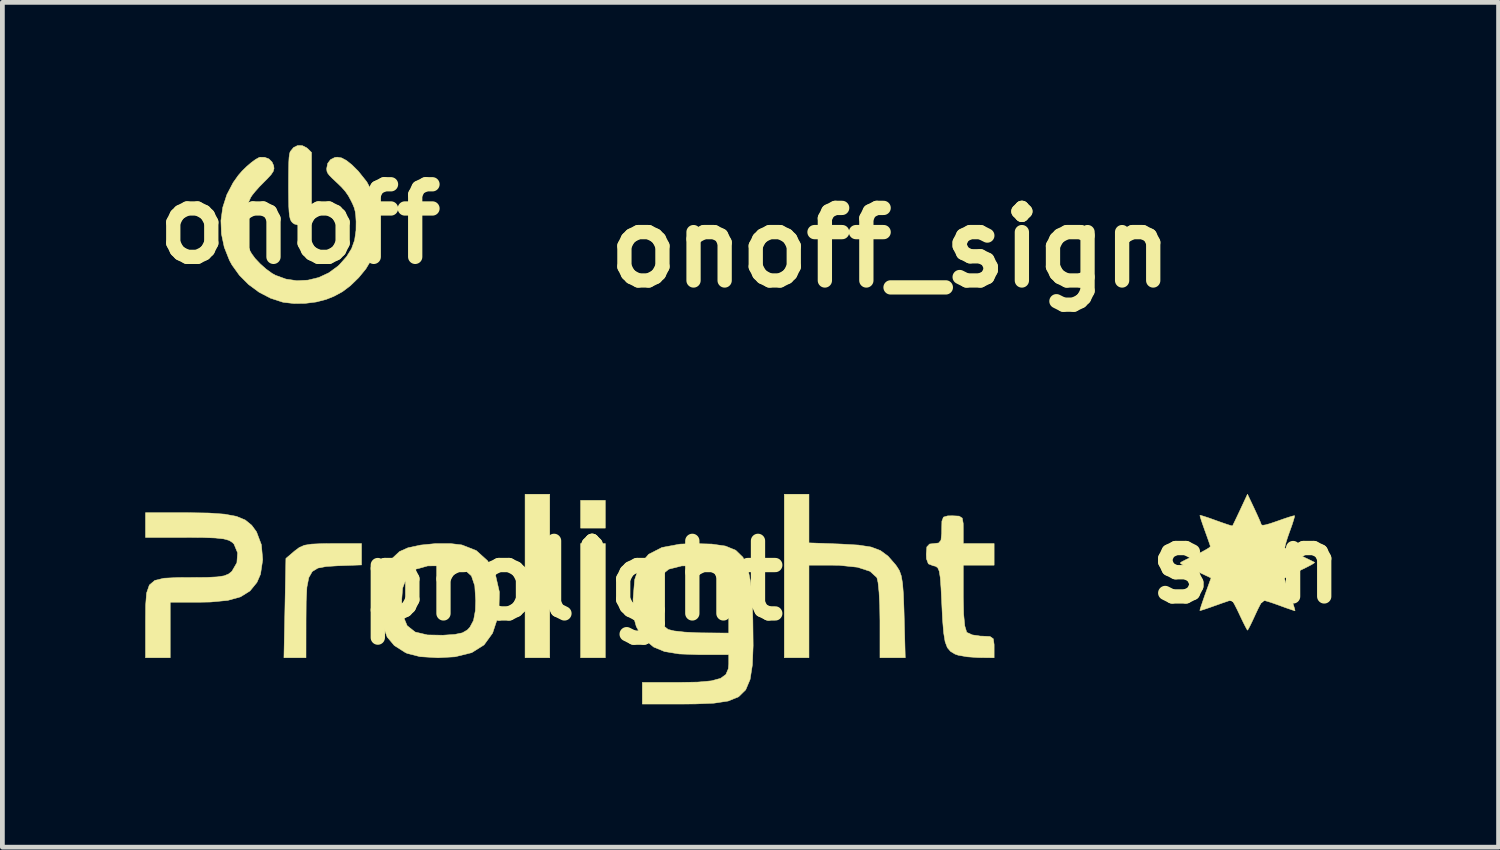
<source format=kicad_pcb>
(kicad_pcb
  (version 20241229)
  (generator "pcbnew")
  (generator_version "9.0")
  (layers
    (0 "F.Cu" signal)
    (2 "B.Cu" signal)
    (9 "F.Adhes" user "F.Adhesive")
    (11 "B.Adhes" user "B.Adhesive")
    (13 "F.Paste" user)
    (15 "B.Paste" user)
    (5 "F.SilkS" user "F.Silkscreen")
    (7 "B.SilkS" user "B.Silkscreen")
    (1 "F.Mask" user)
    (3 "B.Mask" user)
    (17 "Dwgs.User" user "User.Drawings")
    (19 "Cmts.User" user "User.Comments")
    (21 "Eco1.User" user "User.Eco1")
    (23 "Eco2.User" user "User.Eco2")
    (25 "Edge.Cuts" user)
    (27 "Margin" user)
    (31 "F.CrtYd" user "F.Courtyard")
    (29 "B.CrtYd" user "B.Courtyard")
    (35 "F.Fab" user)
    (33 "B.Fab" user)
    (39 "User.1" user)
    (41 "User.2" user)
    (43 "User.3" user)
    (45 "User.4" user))
  (footprint "onoff_sign"
    (layer "F.Cu")
    (at 15.649 2.15)
    (property "Reference" "onoff_sign" (at 0 0 0) (layer "F.SilkS") (effects (font (size 1.524 1.524) (thickness 0.3))))
    (attr through_hole)
    (fp_poly (pts (xy 0.15 -2.124) (xy 0.253 -2.064) (xy 0.316 -1.97) (xy 0.325 -1.943) (xy 0.329 -1.899) (xy 0.332 -1.806) (xy 0.334 -1.671) (xy 0.335 -1.503) (xy 0.335 -1.309) (xy 0.334 -1.095) (xy 0.333 -1.01) (xy 0.325 -0.142) (xy 0.25 -0.068) (xy 0.161 -0.012) (xy 0.046 0.019) (xy -0.07 0.019) (xy -0.127 0.003) (xy -0.188 -0.036) (xy -0.24 -0.084) (xy -0.256 -0.105) (xy -0.269 -0.131) (xy -0.279 -0.168) (xy -0.286 -0.225) (xy -0.292 -0.305) (xy -0.296 -0.417) (xy -0.299 -0.566) (xy -0.302 -0.758) (xy -0.305 -1) (xy -0.305 -1.012) (xy -0.306 -1.23) (xy -0.307 -1.433) (xy -0.306 -1.612) (xy -0.304 -1.759) (xy -0.302 -1.869) (xy -0.298 -1.932) (xy -0.296 -1.943) (xy -0.244 -2.044) (xy -0.15 -2.113) (xy -0.022 -2.144) (xy 0.014 -2.145) (xy 0.15 -2.124)) (stroke (width 0.01) (type solid)) (fill yes) (layer "F.Mask"))
    (fp_poly (pts (xy 1.181 -1.809) (xy 1.273 -1.757) (xy 1.523 -1.551) (xy 1.743 -1.302) (xy 1.926 -1.019) (xy 2.068 -0.711) (xy 2.089 -0.649) (xy 2.127 -0.498) (xy 2.153 -0.308) (xy 2.168 -0.097) (xy 2.171 0.118) (xy 2.161 0.321) (xy 2.138 0.494) (xy 2.133 0.515) (xy 2.071 0.723) (xy 1.979 0.946) (xy 1.868 1.158) (xy 1.801 1.264) (xy 1.618 1.487) (xy 1.394 1.694) (xy 1.14 1.874) (xy 0.873 2.017) (xy 0.72 2.078) (xy 0.623 2.109) (xy 0.536 2.131) (xy 0.444 2.146) (xy 0.333 2.155) (xy 0.189 2.161) (xy 0.071 2.164) (xy -0.11 2.167) (xy -0.247 2.164) (xy -0.357 2.157) (xy -0.452 2.143) (xy -0.547 2.121) (xy -0.562 2.117) (xy -0.885 2.001) (xy -1.182 1.839) (xy -1.448 1.633) (xy -1.679 1.389) (xy -1.869 1.112) (xy -2.015 0.805) (xy -2.092 0.563) (xy -2.117 0.457) (xy -2.133 0.359) (xy -2.141 0.256) (xy -2.143 0.131) (xy -2.139 -0.031) (xy -2.137 -0.069) (xy -2.125 -0.294) (xy -2.101 -0.48) (xy -2.063 -0.643) (xy -2.007 -0.799) (xy -1.927 -0.964) (xy -1.9 -1.015) (xy -1.782 -1.208) (xy -1.648 -1.387) (xy -1.504 -1.545) (xy -1.359 -1.676) (xy -1.219 -1.773) (xy -1.091 -1.83) (xy -1.012 -1.842) (xy -0.878 -1.823) (xy -0.78 -1.763) (xy -0.718 -1.672) (xy -0.684 -1.549) (xy -0.702 -1.434) (xy -0.775 -1.321) (xy -0.842 -1.256) (xy -1.029 -1.084) (xy -1.174 -0.923) (xy -1.288 -0.76) (xy -1.357 -0.635) (xy -1.459 -0.367) (xy -1.507 -0.092) (xy -1.502 0.182) (xy -1.445 0.451) (xy -1.338 0.708) (xy -1.18 0.947) (xy -1.058 1.084) (xy -0.833 1.272) (xy -0.587 1.41) (xy -0.328 1.498) (xy -0.06 1.537) (xy 0.209 1.526) (xy 0.473 1.465) (xy 0.727 1.355) (xy 0.964 1.195) (xy 1.085 1.085) (xy 1.272 0.861) (xy 1.41 0.615) (xy 1.499 0.353) (xy 1.537 0.081) (xy 1.523 -0.193) (xy 1.457 -0.465) (xy 1.385 -0.635) (xy 1.287 -0.806) (xy 1.164 -0.968) (xy 1.007 -1.132) (xy 0.87 -1.256) (xy 0.765 -1.369) (xy 0.716 -1.482) (xy 0.72 -1.6) (xy 0.747 -1.672) (xy 0.822 -1.774) (xy 0.925 -1.831) (xy 1.048 -1.843) (xy 1.181 -1.809)) (stroke (width 0.01) (type solid)) (fill yes) (layer "F.Mask")))
  (footprint "sun"
    (layer "F.Cu")
    (at 23.122 8.784)
    (property "Reference" "sun" (at 0 0 0) (layer "F.SilkS") (effects (font (size 1.524 1.524) (thickness 0.3))))
    (attr through_hole)
    (fp_poly (pts (xy 0.164 -1.157) (xy 0.216 -1.044) (xy 0.26 -0.947) (xy 0.291 -0.875) (xy 0.305 -0.839) (xy 0.305 -0.837) (xy 0.314 -0.813) (xy 0.345 -0.805) (xy 0.404 -0.814) (xy 0.497 -0.84) (xy 0.629 -0.885) (xy 0.677 -0.902) (xy 0.796 -0.944) (xy 0.897 -0.977) (xy 0.971 -0.999) (xy 1.009 -1.006) (xy 1.011 -1.006) (xy 1.008 -0.978) (xy 0.989 -0.912) (xy 0.959 -0.817) (xy 0.918 -0.702) (xy 0.906 -0.669) (xy 0.864 -0.55) (xy 0.832 -0.447) (xy 0.812 -0.372) (xy 0.806 -0.332) (xy 0.807 -0.329) (xy 0.836 -0.312) (xy 0.902 -0.279) (xy 0.996 -0.234) (xy 1.107 -0.182) (xy 1.119 -0.177) (xy 1.231 -0.124) (xy 1.327 -0.078) (xy 1.396 -0.044) (xy 1.43 -0.026) (xy 1.431 -0.025) (xy 1.417 -0.009) (xy 1.364 0.024) (xy 1.28 0.068) (xy 1.172 0.121) (xy 1.131 0.141) (xy 1.014 0.196) (xy 0.915 0.244) (xy 0.842 0.281) (xy 0.804 0.303) (xy 0.801 0.306) (xy 0.805 0.334) (xy 0.825 0.401) (xy 0.857 0.497) (xy 0.898 0.614) (xy 0.914 0.657) (xy 0.956 0.777) (xy 0.99 0.878) (xy 1.012 0.951) (xy 1.02 0.989) (xy 1.018 0.992) (xy 0.989 0.983) (xy 0.922 0.96) (xy 0.825 0.927) (xy 0.71 0.885) (xy 0.686 0.876) (xy 0.568 0.834) (xy 0.465 0.8) (xy 0.389 0.778) (xy 0.348 0.771) (xy 0.345 0.771) (xy 0.325 0.797) (xy 0.289 0.861) (xy 0.242 0.953) (xy 0.189 1.065) (xy 0.178 1.09) (xy 0.125 1.204) (xy 0.079 1.299) (xy 0.044 1.366) (xy 0.025 1.397) (xy 0.023 1.398) (xy 0.007 1.377) (xy -0.025 1.317) (xy -0.07 1.228) (xy -0.123 1.117) (xy -0.14 1.081) (xy -0.195 0.965) (xy -0.244 0.869) (xy -0.282 0.799) (xy -0.305 0.765) (xy -0.308 0.763) (xy -0.339 0.771) (xy -0.407 0.794) (xy -0.504 0.827) (xy -0.621 0.869) (xy -0.65 0.879) (xy -0.768 0.921) (xy -0.868 0.955) (xy -0.94 0.978) (xy -0.976 0.987) (xy -0.978 0.987) (xy -0.973 0.962) (xy -0.953 0.897) (xy -0.921 0.802) (xy -0.881 0.686) (xy -0.865 0.64) (xy -0.743 0.302) (xy -1.013 0.174) (xy -1.126 0.121) (xy -1.228 0.074) (xy -1.306 0.039) (xy -1.345 0.022) (xy -1.384 -0.002) (xy -1.383 -0.023) (xy -1.353 -0.041) (xy -1.285 -0.076) (xy -1.19 -0.123) (xy -1.078 -0.177) (xy -1.055 -0.187) (xy -0.934 -0.246) (xy -0.84 -0.298) (xy -0.778 -0.337) (xy -0.757 -0.361) (xy -0.757 -0.362) (xy -0.768 -0.397) (xy -0.793 -0.47) (xy -0.828 -0.569) (xy -0.87 -0.686) (xy -0.875 -0.699) (xy -0.916 -0.815) (xy -0.949 -0.912) (xy -0.97 -0.981) (xy -0.977 -1.013) (xy -0.977 -1.014) (xy -0.951 -1.01) (xy -0.886 -0.99) (xy -0.791 -0.959) (xy -0.676 -0.918) (xy -0.635 -0.903) (xy -0.514 -0.86) (xy -0.412 -0.825) (xy -0.336 -0.801) (xy -0.297 -0.791) (xy -0.293 -0.792) (xy -0.28 -0.817) (xy -0.249 -0.88) (xy -0.205 -0.972) (xy -0.152 -1.084) (xy -0.131 -1.129) (xy 0.022 -1.457) (xy 0.164 -1.157)) (stroke (width 0.01) (type solid)) (fill yes) (layer "F.SilkS")))
  (footprint "prolight"
    (layer "F.Cu")
    (at 8.947 9.141)
    (property "Reference" "prolight" (at 0 0 0) (layer "F.SilkS") (effects (font (size 1.524 1.524) (thickness 0.3))))
    (attr through_hole)
    (fp_poly (pts (xy -0.454 1.62) (xy -0.972 1.62) (xy -0.972 -1.814) (xy -0.454 -1.814) (xy -0.454 1.62)) (stroke (width 0.01) (type solid)) (fill yes) (layer "F.SilkS"))
    (fp_poly (pts (xy 0.713 -1.102) (xy 0.194 -1.102) (xy 0.194 -1.685) (xy 0.713 -1.685) (xy 0.713 -1.102)) (stroke (width 0.01) (type solid)) (fill yes) (layer "F.SilkS"))
    (fp_poly (pts (xy 0.713 1.62) (xy 0.194 1.62) (xy 0.194 -0.778) (xy 0.713 -0.778) (xy 0.713 1.62)) (stroke (width 0.01) (type solid)) (fill yes) (layer "F.SilkS"))
    (fp_poly (pts (xy -4.406 -0.329) (xy -4.907 -0.311) (xy -5.147 -0.296) (xy -5.322 -0.263) (xy -5.44 -0.191) (xy -5.513 -0.063) (xy -5.553 0.14) (xy -5.568 0.436) (xy -5.571 0.826) (xy -5.572 1.62) (xy -6.035 1.62) (xy -6.014 0.577) (xy -5.994 -0.465) (xy -5.812 -0.621) (xy -5.713 -0.695) (xy -5.606 -0.742) (xy -5.458 -0.766) (xy -5.236 -0.776) (xy -5.018 -0.778) (xy -4.406 -0.778) (xy -4.406 -0.329)) (stroke (width 0.01) (type solid)) (fill yes) (layer "F.SilkS"))
    (fp_poly (pts (xy 4.989 -0.792) (xy 5.667 -0.767) (xy 6.03 -0.746) (xy 6.294 -0.705) (xy 6.49 -0.631) (xy 6.649 -0.514) (xy 6.802 -0.339) (xy 6.832 -0.299) (xy 6.888 -0.21) (xy 6.927 -0.099) (xy 6.954 0.057) (xy 6.972 0.284) (xy 6.984 0.607) (xy 6.988 0.75) (xy 7.011 1.62) (xy 6.48 1.62) (xy 6.48 0.838) (xy 6.475 0.523) (xy 6.461 0.247) (xy 6.44 0.042) (xy 6.416 -0.062) (xy 6.272 -0.195) (xy 6.008 -0.281) (xy 5.625 -0.321) (xy 5.466 -0.324) (xy 4.989 -0.324) (xy 4.989 1.62) (xy 4.471 1.62) (xy 4.471 -1.814) (xy 4.989 -1.814) (xy 4.989 -0.792)) (stroke (width 0.01) (type solid)) (fill yes) (layer "F.SilkS"))
    (fp_poly (pts (xy -7.618 -1.419) (xy -7.28 -1.395) (xy -7.03 -1.348) (xy -6.847 -1.272) (xy -6.712 -1.162) (xy -6.611 -1.024) (xy -6.509 -0.754) (xy -6.481 -0.439) (xy -6.527 -0.134) (xy -6.602 0.038) (xy -6.748 0.217) (xy -6.946 0.341) (xy -7.216 0.416) (xy -7.581 0.45) (xy -7.802 0.454) (xy -8.423 0.454) (xy -8.423 1.62) (xy -8.942 1.62) (xy -8.942 0.885) (xy -8.939 0.518) (xy -8.919 0.261) (xy -8.861 0.093) (xy -8.746 -0.004) (xy -8.554 -0.05) (xy -8.267 -0.064) (xy -7.981 -0.065) (xy -7.657 -0.067) (xy -7.437 -0.078) (xy -7.292 -0.1) (xy -7.198 -0.138) (xy -7.128 -0.194) (xy -7.023 -0.375) (xy -7.008 -0.583) (xy -7.083 -0.765) (xy -7.116 -0.8) (xy -7.188 -0.845) (xy -7.3 -0.876) (xy -7.475 -0.895) (xy -7.735 -0.905) (xy -8.088 -0.907) (xy -8.942 -0.907) (xy -8.942 -1.426) (xy -8.065 -1.426) (xy -7.618 -1.419)) (stroke (width 0.01) (type solid)) (fill yes) (layer "F.SilkS"))
    (fp_poly (pts (xy 8.142 -1.354) (xy 8.208 -1.312) (xy 8.228 -1.199) (xy 8.229 -1.069) (xy 8.229 -0.778) (xy 8.877 -0.778) (xy 8.877 -0.324) (xy 8.229 -0.324) (xy 8.229 0.343) (xy 8.237 0.704) (xy 8.261 0.952) (xy 8.3 1.081) (xy 8.307 1.089) (xy 8.419 1.14) (xy 8.596 1.166) (xy 8.631 1.166) (xy 8.791 1.174) (xy 8.86 1.222) (xy 8.877 1.344) (xy 8.877 1.393) (xy 8.877 1.62) (xy 8.537 1.616) (xy 8.312 1.6) (xy 8.121 1.566) (xy 8.055 1.543) (xy 7.961 1.486) (xy 7.895 1.408) (xy 7.848 1.284) (xy 7.817 1.095) (xy 7.794 0.816) (xy 7.778 0.486) (xy 7.762 0.158) (xy 7.746 -0.063) (xy 7.724 -0.199) (xy 7.692 -0.271) (xy 7.645 -0.302) (xy 7.597 -0.312) (xy 7.496 -0.352) (xy 7.456 -0.458) (xy 7.452 -0.555) (xy 7.464 -0.707) (xy 7.521 -0.768) (xy 7.614 -0.778) (xy 7.713 -0.79) (xy 7.761 -0.849) (xy 7.775 -0.99) (xy 7.776 -1.069) (xy 7.78 -1.248) (xy 7.813 -1.333) (xy 7.901 -1.359) (xy 8.002 -1.361) (xy 8.142 -1.354)) (stroke (width 0.01) (type solid)) (fill yes) (layer "F.SilkS"))
    (fp_poly (pts (xy -2.535 -0.777) (xy -2.299 -0.749) (xy -1.997 -0.631) (xy -1.758 -0.415) (xy -1.593 -0.118) (xy -1.511 0.24) (xy -1.521 0.641) (xy -1.542 0.763) (xy -1.654 1.103) (xy -1.833 1.35) (xy -2.092 1.513) (xy -2.444 1.6) (xy -2.8 1.62) (xy -3.177 1.597) (xy -3.449 1.528) (xy -3.494 1.506) (xy -3.718 1.363) (xy -3.868 1.184) (xy -3.957 0.942) (xy -3.999 0.61) (xy -4.004 0.497) (xy -4.003 0.421) (xy -3.564 0.421) (xy -3.537 0.732) (xy -3.448 0.947) (xy -3.28 1.08) (xy -3.02 1.141) (xy -2.697 1.147) (xy -2.447 1.13) (xy -2.289 1.097) (xy -2.185 1.037) (xy -2.13 0.978) (xy -2.054 0.836) (xy -2.016 0.631) (xy -2.009 0.421) (xy -2.028 0.109) (xy -2.098 -0.099) (xy -2.238 -0.225) (xy -2.468 -0.291) (xy -2.647 -0.311) (xy -3.015 -0.309) (xy -3.279 -0.236) (xy -3.452 -0.083) (xy -3.543 0.157) (xy -3.564 0.421) (xy -4.003 0.421) (xy -3.996 0.103) (xy -3.933 -0.197) (xy -3.804 -0.427) (xy -3.61 -0.609) (xy -3.431 -0.689) (xy -3.164 -0.746) (xy -2.852 -0.777) (xy -2.535 -0.777)) (stroke (width 0.01) (type solid)) (fill yes) (layer "F.SilkS"))
    (fp_poly (pts (xy 2.949 -0.767) (xy 3.237 -0.725) (xy 3.451 -0.637) (xy 3.603 -0.489) (xy 3.704 -0.265) (xy 3.766 0.047) (xy 3.799 0.464) (xy 3.811 0.842) (xy 3.817 1.363) (xy 3.801 1.769) (xy 3.753 2.075) (xy 3.661 2.293) (xy 3.511 2.44) (xy 3.292 2.529) (xy 2.993 2.574) (xy 2.601 2.59) (xy 2.349 2.592) (xy 1.49 2.592) (xy 1.49 2.138) (xy 2.253 2.138) (xy 2.653 2.131) (xy 2.94 2.105) (xy 3.132 2.053) (xy 3.245 1.971) (xy 3.296 1.85) (xy 3.305 1.746) (xy 3.305 1.555) (xy 2.673 1.555) (xy 2.265 1.54) (xy 1.958 1.49) (xy 1.728 1.395) (xy 1.549 1.246) (xy 1.443 1.108) (xy 1.363 0.964) (xy 1.318 0.802) (xy 1.299 0.58) (xy 1.296 0.389) (xy 1.749 0.389) (xy 1.789 0.697) (xy 1.902 0.922) (xy 2.032 1.026) (xy 2.159 1.057) (xy 2.375 1.081) (xy 2.642 1.095) (xy 2.738 1.097) (xy 3.305 1.102) (xy 3.305 0.531) (xy 3.298 0.195) (xy 3.266 -0.034) (xy 3.194 -0.178) (xy 3.065 -0.258) (xy 2.864 -0.298) (xy 2.696 -0.312) (xy 2.319 -0.309) (xy 2.046 -0.24) (xy 1.868 -0.096) (xy 1.773 0.13) (xy 1.749 0.389) (xy 1.296 0.389) (xy 1.329 -0.019) (xy 1.435 -0.33) (xy 1.622 -0.552) (xy 1.901 -0.695) (xy 2.28 -0.766) (xy 2.578 -0.777) (xy 2.949 -0.767)) (stroke (width 0.01) (type solid)) (fill yes) (layer "F.SilkS")))
  (footprint "onoff"
    (layer "F.Cu")
    (at 3.237 1.654)
    (property "Reference" "onoff" (at 0 0 0) (layer "F.SilkS") (effects (font (size 1.524 1.524) (thickness 0.3))))
    (attr through_hole)
    (fp_poly (pts (xy 0.06 -1.647) (xy 0.153 -1.6) (xy 0.18 -1.577) (xy 0.254 -1.503) (xy 0.254 -0.123) (xy 0.18 -0.049) (xy 0.091 0.009) (xy -0.009 0.026) (xy -0.104 0.000087) (xy -0.108 -0.002) (xy -0.143 -0.026) (xy -0.171 -0.058) (xy -0.192 -0.102) (xy -0.207 -0.166) (xy -0.217 -0.254) (xy -0.224 -0.373) (xy -0.227 -0.529) (xy -0.229 -0.728) (xy -0.229 -0.813) (xy -0.228 -1.019) (xy -0.226 -1.18) (xy -0.223 -1.303) (xy -0.218 -1.393) (xy -0.21 -1.457) (xy -0.2 -1.501) (xy -0.19 -1.525) (xy -0.123 -1.607) (xy -0.036 -1.649) (xy 0.06 -1.647)) (stroke (width 0.01) (type solid)) (fill yes) (layer "F.SilkS"))
    (fp_poly (pts (xy 0.884 -1.389) (xy 0.985 -1.336) (xy 1.102 -1.243) (xy 1.239 -1.107) (xy 1.239 -1.106) (xy 1.415 -0.885) (xy 1.544 -0.644) (xy 1.628 -0.381) (xy 1.668 -0.094) (xy 1.669 -0.074) (xy 1.665 0.214) (xy 1.619 0.476) (xy 1.53 0.717) (xy 1.395 0.942) (xy 1.243 1.127) (xy 1.072 1.293) (xy 0.903 1.421) (xy 0.721 1.519) (xy 0.56 1.583) (xy 0.351 1.637) (xy 0.12 1.666) (xy -0.112 1.669) (xy -0.326 1.645) (xy -0.356 1.639) (xy -0.607 1.557) (xy -0.847 1.432) (xy -1.068 1.269) (xy -1.26 1.076) (xy -1.416 0.859) (xy -1.469 0.762) (xy -1.578 0.487) (xy -1.637 0.208) (xy -1.648 -0.072) (xy -1.61 -0.348) (xy -1.524 -0.616) (xy -1.391 -0.87) (xy -1.283 -1.022) (xy -1.203 -1.114) (xy -1.108 -1.207) (xy -1.011 -1.29) (xy -0.921 -1.356) (xy -0.849 -1.396) (xy -0.828 -1.403) (xy -0.729 -1.401) (xy -0.639 -1.366) (xy -0.576 -1.303) (xy -0.572 -1.296) (xy -0.541 -1.226) (xy -0.533 -1.166) (xy -0.55 -1.105) (xy -0.596 -1.036) (xy -0.675 -0.95) (xy -0.746 -0.879) (xy -0.839 -0.785) (xy -0.924 -0.69) (xy -0.991 -0.607) (xy -1.023 -0.559) (xy -1.114 -0.349) (xy -1.16 -0.122) (xy -1.164 0.11) (xy -1.124 0.34) (xy -1.04 0.558) (xy -1.007 0.618) (xy -0.93 0.723) (xy -0.822 0.837) (xy -0.699 0.946) (xy -0.575 1.036) (xy -0.503 1.076) (xy -0.283 1.156) (xy -0.053 1.19) (xy 0.179 1.178) (xy 0.405 1.123) (xy 0.616 1.025) (xy 0.806 0.886) (xy 0.844 0.85) (xy 0.991 0.684) (xy 1.095 0.517) (xy 1.159 0.337) (xy 1.188 0.133) (xy 1.19 -0.051) (xy 1.183 -0.173) (xy 1.171 -0.264) (xy 1.151 -0.341) (xy 1.116 -0.425) (xy 1.084 -0.49) (xy 1.027 -0.595) (xy 0.964 -0.685) (xy 0.884 -0.776) (xy 0.781 -0.875) (xy 0.69 -0.96) (xy 0.63 -1.021) (xy 0.595 -1.067) (xy 0.578 -1.107) (xy 0.573 -1.151) (xy 0.573 -1.168) (xy 0.594 -1.274) (xy 0.654 -1.353) (xy 0.744 -1.398) (xy 0.795 -1.404) (xy 0.884 -1.389)) (stroke (width 0.01) (type solid)) (fill yes) (layer "F.SilkS")))
  (gr_rect
    (start -3 -3)
    (end 28.416 14.738)
    (stroke (width 0.1) (type default))
    (fill no)
    (layer "Edge.Cuts")))
</source>
